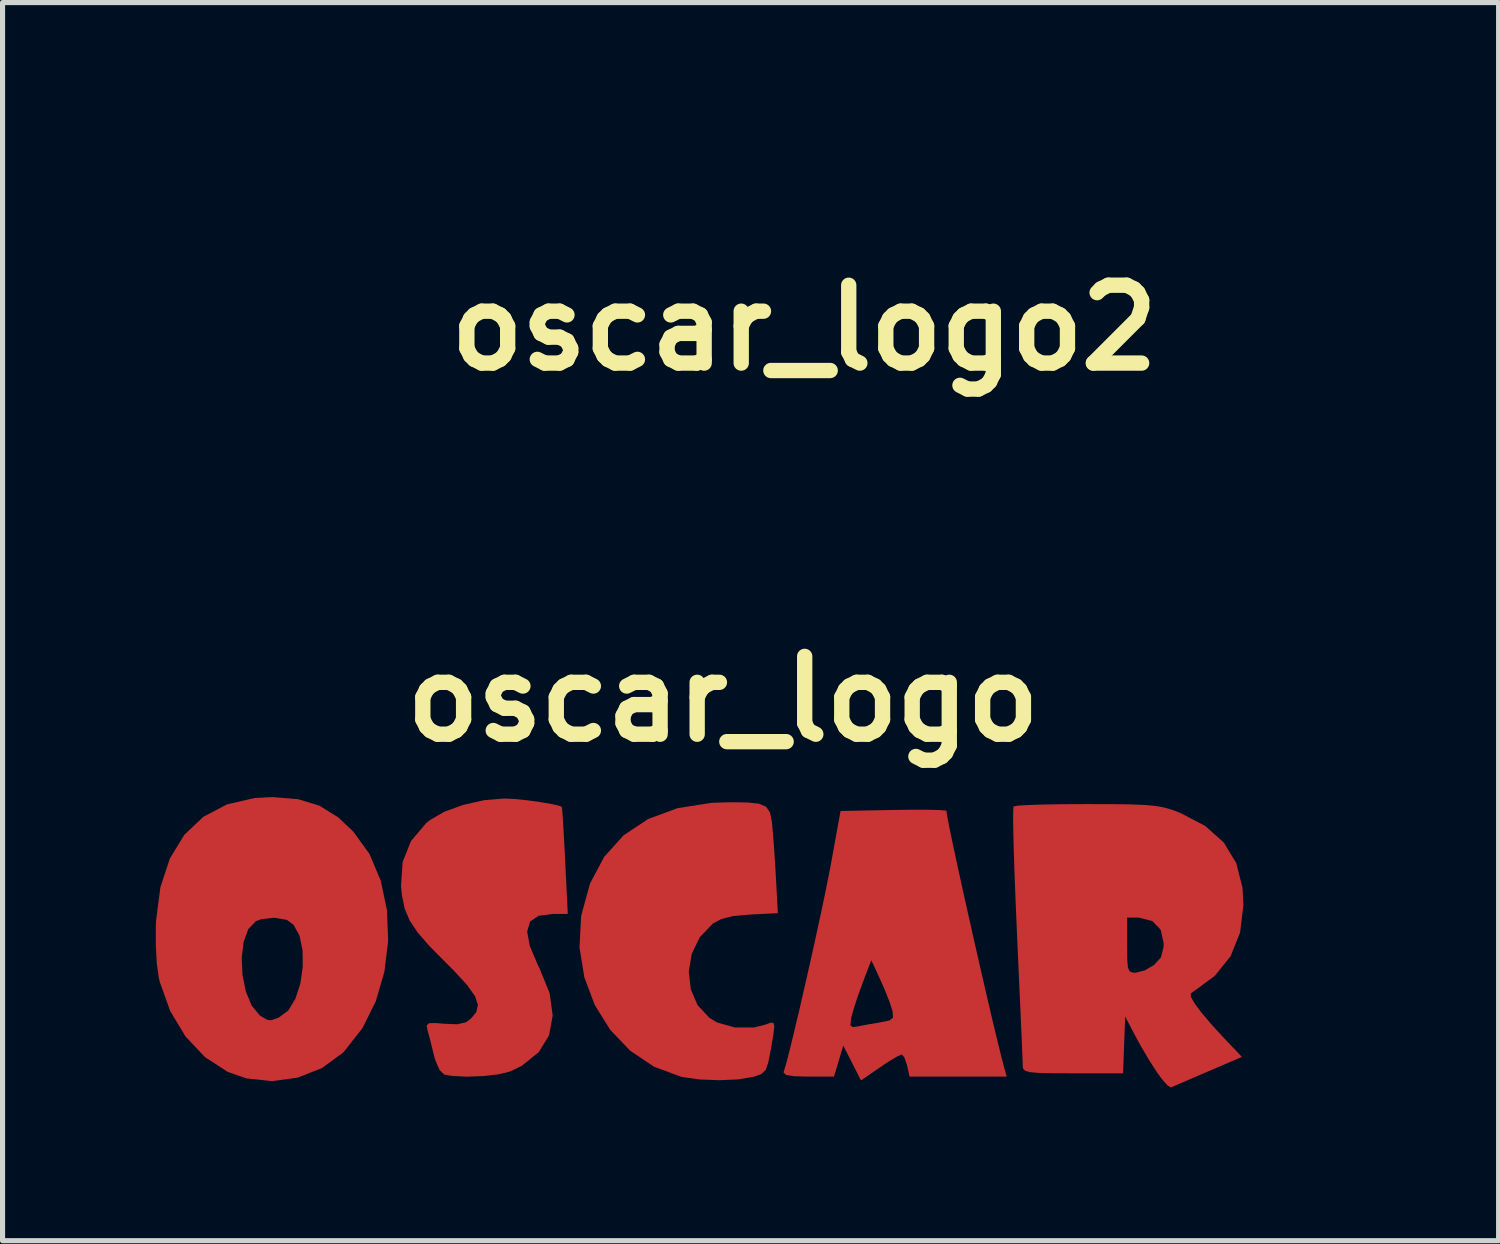
<source format=kicad_pcb>
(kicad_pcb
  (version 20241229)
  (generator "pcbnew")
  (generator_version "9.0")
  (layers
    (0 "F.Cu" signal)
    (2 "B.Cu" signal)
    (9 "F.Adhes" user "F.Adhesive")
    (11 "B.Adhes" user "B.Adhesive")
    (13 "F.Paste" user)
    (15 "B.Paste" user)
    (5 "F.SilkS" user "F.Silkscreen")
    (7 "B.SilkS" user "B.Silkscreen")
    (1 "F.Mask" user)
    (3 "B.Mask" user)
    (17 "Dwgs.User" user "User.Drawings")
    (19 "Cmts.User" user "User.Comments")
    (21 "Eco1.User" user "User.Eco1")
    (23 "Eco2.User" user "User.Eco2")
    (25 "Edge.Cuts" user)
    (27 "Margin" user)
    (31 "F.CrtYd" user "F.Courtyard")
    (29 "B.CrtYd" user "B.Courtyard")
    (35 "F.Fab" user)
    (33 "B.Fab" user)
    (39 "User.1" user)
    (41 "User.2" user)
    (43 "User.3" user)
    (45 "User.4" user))
  (footprint "oscar_logo2"
    (layer "F.Cu")
    (at 12.693 3.368)
    (property "Reference" "oscar_logo2" (at 0 0 0) (layer "F.SilkS") (effects (font (size 1.524 1.524) (thickness 0.3))))
    (attr through_hole)
    (fp_poly (pts (xy -0.032 -3.248) (xy 0.22 -3.222) (xy 0.372 -3.157) (xy 0.453 -3.033) (xy 0.492 -2.833) (xy 0.508 -2.671) (xy 0.533 -2.34) (xy 0.561 -1.936) (xy 0.584 -1.546) (xy 0.584 -1.536) (xy 0.619 -0.89) (xy 0.036 -0.86) (xy -0.334 -0.827) (xy -0.59 -0.763) (xy -0.77 -0.665) (xy -1.052 -0.371) (xy -1.223 -0.015) (xy -1.287 0.37) (xy -1.244 0.75) (xy -1.095 1.093) (xy -0.843 1.364) (xy -0.681 1.46) (xy -0.297 1.57) (xy 0.113 1.57) (xy 0.352 1.51) (xy 0.464 1.469) (xy 0.526 1.469) (xy 0.544 1.539) (xy 0.525 1.708) (xy 0.474 2.002) (xy 0.468 2.036) (xy 0.416 2.309) (xy 0.36 2.467) (xy 0.275 2.552) (xy 0.132 2.606) (xy 0.091 2.617) (xy -0.227 2.67) (xy -0.631 2.688) (xy -1.051 2.671) (xy -1.419 2.619) (xy -1.45 2.612) (xy -2.025 2.399) (xy -2.532 2.058) (xy -2.958 1.612) (xy -3.29 1.081) (xy -3.514 0.488) (xy -3.616 -0.145) (xy -3.584 -0.798) (xy -3.576 -0.842) (xy -3.39 -1.519) (xy -3.088 -2.088) (xy -2.674 -2.548) (xy -2.15 -2.895) (xy -1.521 -3.127) (xy -0.789 -3.241) (xy -0.413 -3.253) (xy -0.032 -3.248)) (stroke (width 0.01) (type solid)) (fill yes) (layer "F.Mask"))
    (fp_poly (pts (xy -9.648 -3.319) (xy -9.193 -3.181) (xy -8.791 -2.93) (xy -8.47 -2.629) (xy -8.121 -2.145) (xy -7.881 -1.575) (xy -7.749 -0.947) (xy -7.724 -0.29) (xy -7.804 0.368) (xy -7.987 0.999) (xy -8.273 1.575) (xy -8.661 2.068) (xy -8.697 2.104) (xy -9.139 2.429) (xy -9.654 2.631) (xy -10.205 2.706) (xy -10.754 2.648) (xy -11.152 2.509) (xy -11.637 2.194) (xy -12.052 1.754) (xy -12.379 1.212) (xy -12.601 0.592) (xy -12.629 0.472) (xy -12.667 0.189) (xy -12.674 0.072) (xy -10.859 0.072) (xy -10.843 0.441) (xy -10.77 0.796) (xy -10.645 1.098) (xy -10.47 1.309) (xy -10.426 1.339) (xy -10.307 1.406) (xy -10.229 1.417) (xy -10.106 1.374) (xy -10.056 1.355) (xy -9.852 1.204) (xy -9.697 0.947) (xy -9.592 0.621) (xy -9.54 0.263) (xy -9.546 -0.09) (xy -9.611 -0.403) (xy -9.738 -0.638) (xy -9.886 -0.744) (xy -10.155 -0.791) (xy -10.439 -0.76) (xy -10.554 -0.716) (xy -10.717 -0.545) (xy -10.819 -0.269) (xy -10.859 0.072) (xy -12.674 0.072) (xy -12.688 -0.189) (xy -12.688 -0.596) (xy -12.683 -0.711) (xy -12.59 -1.435) (xy -12.387 -2.052) (xy -12.08 -2.556) (xy -11.672 -2.942) (xy -11.17 -3.207) (xy -10.576 -3.344) (xy -10.2 -3.363) (xy -9.648 -3.319)) (stroke (width 0.01) (type solid)) (fill yes) (layer "F.Mask"))
    (fp_poly (pts (xy -5.015 -3.323) (xy -4.74 -3.294) (xy -4.455 -3.255) (xy -4.207 -3.213) (xy -4.043 -3.173) (xy -4.005 -3.155) (xy -3.996 -3.073) (xy -3.981 -2.861) (xy -3.962 -2.549) (xy -3.942 -2.164) (xy -3.934 -2.004) (xy -3.878 -0.873) (xy -4.196 -0.873) (xy -4.502 -0.832) (xy -4.686 -0.706) (xy -4.748 -0.489) (xy -4.691 -0.177) (xy -4.515 0.237) (xy -4.478 0.309) (xy -4.267 0.832) (xy -4.201 1.308) (xy -4.279 1.73) (xy -4.498 2.088) (xy -4.856 2.376) (xy -5.098 2.497) (xy -5.342 2.559) (xy -5.678 2.599) (xy -6.04 2.612) (xy -6.363 2.594) (xy -6.516 2.567) (xy -6.613 2.471) (xy -6.704 2.261) (xy -6.732 2.16) (xy -6.797 1.899) (xy -6.854 1.68) (xy -6.87 1.618) (xy -6.887 1.521) (xy -6.84 1.478) (xy -6.696 1.474) (xy -6.513 1.49) (xy -6.235 1.5) (xy -6.055 1.458) (xy -5.951 1.387) (xy -5.827 1.239) (xy -5.791 1.08) (xy -5.853 0.892) (xy -6.02 0.655) (xy -6.301 0.35) (xy -6.465 0.186) (xy -6.826 -0.178) (xy -7.083 -0.474) (xy -7.255 -0.732) (xy -7.36 -0.984) (xy -7.418 -1.262) (xy -7.438 -1.465) (xy -7.404 -1.976) (xy -7.224 -2.426) (xy -6.902 -2.807) (xy -6.826 -2.869) (xy -6.517 -3.049) (xy -6.108 -3.197) (xy -5.657 -3.298) (xy -5.233 -3.334) (xy -5.015 -3.323)) (stroke (width 0.01) (type solid)) (fill yes) (layer "F.Mask"))
    (fp_poly (pts (xy 3.82 -3.162) (xy 4.068 -3.156) (xy 4.196 -3.145) (xy 4.207 -3.139) (xy 4.224 -3.02) (xy 4.273 -2.769) (xy 4.348 -2.408) (xy 4.444 -1.959) (xy 4.557 -1.445) (xy 4.681 -0.886) (xy 4.812 -0.307) (xy 4.944 0.272) (xy 5.072 0.827) (xy 5.192 1.337) (xy 5.298 1.78) (xy 5.385 2.133) (xy 5.445 2.361) (xy 5.495 2.54) (xy 3.426 2.54) (xy 3.373 2.302) (xy 3.318 2.135) (xy 3.258 2.064) (xy 3.257 2.064) (xy 3.162 2.106) (xy 2.981 2.215) (xy 2.789 2.342) (xy 2.384 2.62) (xy 2.002 1.867) (xy 1.901 2.204) (xy 1.8 2.54) (xy 1.249 2.54) (xy 0.945 2.532) (xy 0.78 2.505) (xy 0.731 2.456) (xy 0.735 2.441) (xy 0.783 2.28) (xy 0.858 1.991) (xy 0.954 1.598) (xy 0.99 1.448) (xy 2.149 1.448) (xy 2.207 1.492) (xy 2.311 1.477) (xy 2.518 1.438) (xy 2.775 1.394) (xy 2.805 1.389) (xy 3 1.347) (xy 3.075 1.283) (xy 3.066 1.158) (xy 3.058 1.126) (xy 2.996 0.937) (xy 2.891 0.673) (xy 2.804 0.476) (xy 2.603 0.04) (xy 2.407 0.553) (xy 2.3 0.851) (xy 2.212 1.122) (xy 2.167 1.292) (xy 2.149 1.448) (xy 0.99 1.448) (xy 1.065 1.128) (xy 1.186 0.608) (xy 1.309 0.063) (xy 1.429 -0.481) (xy 1.541 -0.996) (xy 1.637 -1.458) (xy 1.713 -1.84) (xy 1.737 -1.967) (xy 1.95 -3.135) (xy 3.078 -3.157) (xy 3.481 -3.163) (xy 3.82 -3.162)) (stroke (width 0.01) (type solid)) (fill yes) (layer "F.Mask"))
    (fp_poly (pts (xy 7.25 -3.214) (xy 7.787 -3.212) (xy 8.193 -3.206) (xy 8.497 -3.194) (xy 8.727 -3.171) (xy 8.91 -3.137) (xy 9.075 -3.087) (xy 9.234 -3.027) (xy 9.771 -2.747) (xy 10.169 -2.392) (xy 10.433 -1.955) (xy 10.567 -1.43) (xy 10.587 -1.064) (xy 10.516 -0.471) (xy 10.314 0.034) (xy 9.977 0.454) (xy 9.559 0.761) (xy 9.465 0.828) (xy 9.459 0.904) (xy 9.541 1.047) (xy 9.561 1.079) (xy 9.692 1.252) (xy 9.892 1.488) (xy 10.119 1.738) (xy 10.132 1.751) (xy 10.551 2.191) (xy 9.823 2.505) (xy 9.509 2.639) (xy 9.251 2.75) (xy 9.083 2.823) (xy 9.039 2.842) (xy 8.967 2.796) (xy 8.842 2.653) (xy 8.749 2.525) (xy 8.575 2.253) (xy 8.386 1.93) (xy 8.286 1.746) (xy 8.057 1.31) (xy 8.033 1.925) (xy 8.01 2.54) (xy 6.942 2.54) (xy 6.511 2.538) (xy 6.214 2.531) (xy 6.026 2.515) (xy 5.923 2.487) (xy 5.881 2.444) (xy 5.874 2.396) (xy 5.87 2.285) (xy 5.86 2.034) (xy 5.844 1.664) (xy 5.824 1.195) (xy 5.8 0.645) (xy 5.772 0.034) (xy 5.751 -0.431) (xy 5.735 -0.794) (xy 8.096 -0.794) (xy 8.096 -0.198) (xy 8.099 0.105) (xy 8.114 0.282) (xy 8.153 0.368) (xy 8.225 0.395) (xy 8.284 0.397) (xy 8.478 0.348) (xy 8.681 0.232) (xy 8.833 0.065) (xy 8.888 -0.156) (xy 8.89 -0.239) (xy 8.827 -0.53) (xy 8.646 -0.718) (xy 8.358 -0.793) (xy 8.317 -0.794) (xy 8.096 -0.794) (xy 5.735 -0.794) (xy 5.723 -1.068) (xy 5.701 -1.654) (xy 5.684 -2.17) (xy 5.673 -2.598) (xy 5.668 -2.918) (xy 5.671 -3.113) (xy 5.678 -3.165) (xy 5.77 -3.18) (xy 5.994 -3.194) (xy 6.327 -3.204) (xy 6.743 -3.211) (xy 7.216 -3.214) (xy 7.25 -3.214)) (stroke (width 0.01) (type solid)) (fill yes) (layer "F.Mask")))
  (footprint "oscar_logo"
    (layer "F.Cu")
    (at 0.805 15.733)
    (property "Reference" "oscar_logo" (at 10.3 -5.1 0) (layer "F.SilkS") (effects (font (size 1.524 1.524) (thickness 0.3))))
    (attr through_hole)
    (pad "1" connect custom (at 1.2 -2) (size 1.524 1.524) (layers "F.Cu" "F.Mask") (options (anchor circle)) (primitives (gr_poly (pts (xy 0.779 -1.134) (xy 1.195 -1.008) (xy 1.563 -0.779) (xy 1.856 -0.503) (xy 2.175 -0.061) (xy 2.394 0.46) (xy 2.515 1.034) (xy 2.538 1.635) (xy 2.465 2.236) (xy 2.297 2.814) (xy 2.036 3.34) (xy 1.682 3.791) (xy 1.649 3.824) (xy 1.244 4.12) (xy 0.773 4.306) (xy 0.27 4.375) (xy -0.233 4.321) (xy -0.596 4.194) (xy -1.039 3.906) (xy -1.419 3.504) (xy -1.718 3.008) (xy -1.921 2.441) (xy -1.946 2.332) (xy -1.981 2.072) (xy -1.987 1.966) (xy -0.329 1.966) (xy -0.313 2.303) (xy -0.247 2.628) (xy -0.133 2.904) (xy 0.027 3.097) (xy 0.068 3.124) (xy 0.176 3.185) (xy 0.248 3.195) (xy 0.36 3.157) (xy 0.406 3.139) (xy 0.592 3.001) (xy 0.734 2.766) (xy 0.83 2.468) (xy 0.877 2.141) (xy 0.872 1.817) (xy 0.813 1.532) (xy 0.696 1.317) (xy 0.562 1.219) (xy 0.315 1.176) (xy 0.056 1.205) (xy -0.049 1.245) (xy -0.199 1.401) (xy -0.291 1.654) (xy -0.329 1.966) (xy -1.987 1.966) (xy -2 1.727) (xy -2 1.355) (xy -1.996 1.25) (xy -1.911 0.588) (xy -1.725 0.024) (xy -1.444 -0.437) (xy -1.072 -0.79) (xy -0.612 -1.032) (xy -0.07 -1.157) (xy 0.275 -1.175) (xy 0.779 -1.134)) (width 0.01) (fill yes))))
    (pad "2" connect custom (at 5.6 -1.9) (size 1.524 1.524) (layers "F.Cu" "F.Mask") (options (anchor circle)) (primitives (gr_poly (pts (xy 0.615 -1.238) (xy 0.866 -1.212) (xy 1.127 -1.176) (xy 1.354 -1.137) (xy 1.504 -1.101) (xy 1.538 -1.084) (xy 1.547 -1.009) (xy 1.56 -0.816) (xy 1.577 -0.53) (xy 1.596 -0.178) (xy 1.603 -0.032) (xy 1.654 1.002) (xy 1.364 1.002) (xy 1.084 1.039) (xy 0.916 1.154) (xy 0.859 1.353) (xy 0.911 1.638) (xy 1.072 2.016) (xy 1.106 2.083) (xy 1.299 2.561) (xy 1.359 2.996) (xy 1.288 3.381) (xy 1.088 3.709) (xy 0.76 3.973) (xy 0.539 4.083) (xy 0.316 4.14) (xy 0.009 4.176) (xy -0.323 4.188) (xy -0.618 4.172) (xy -0.757 4.147) (xy -0.846 4.059) (xy -0.929 3.868) (xy -0.955 3.775) (xy -1.014 3.536) (xy -1.066 3.336) (xy -1.082 3.28) (xy -1.097 3.191) (xy -1.054 3.151) (xy -0.922 3.148) (xy -0.755 3.162) (xy -0.5 3.172) (xy -0.336 3.133) (xy -0.241 3.068) (xy -0.127 2.932) (xy -0.095 2.787) (xy -0.151 2.616) (xy -0.304 2.399) (xy -0.561 2.12) (xy -0.711 1.97) (xy -1.041 1.637) (xy -1.276 1.367) (xy -1.433 1.131) (xy -1.529 0.9) (xy -1.582 0.646) (xy -1.6 0.461) (xy -1.569 -0.007) (xy -1.405 -0.418) (xy -1.11 -0.766) (xy -1.041 -0.823) (xy -0.759 -0.987) (xy -0.385 -1.123) (xy 0.027 -1.215) (xy 0.416 -1.248) (xy 0.615 -1.238)) (width 0.01) (fill yes))))
    (pad "3" connect custom (at 9.8 -2.1) (size 1.524 1.524) (layers "F.Cu" "F.Mask") (options (anchor circle)) (primitives (gr_poly (pts (xy 0.971 -0.97) (xy 1.201 -0.946) (xy 1.34 -0.886) (xy 1.414 -0.773) (xy 1.45 -0.59) (xy 1.464 -0.442) (xy 1.488 -0.139) (xy 1.513 0.23) (xy 1.534 0.587) (xy 1.534 0.595) (xy 1.566 1.187) (xy 1.033 1.214) (xy 0.695 1.244) (xy 0.461 1.302) (xy 0.296 1.392) (xy 0.039 1.66) (xy -0.119 1.986) (xy -0.177 2.338) (xy -0.137 2.686) (xy -0.002 2.999) (xy 0.23 3.247) (xy 0.377 3.335) (xy 0.729 3.435) (xy 1.103 3.435) (xy 1.322 3.381) (xy 1.424 3.343) (xy 1.481 3.343) (xy 1.497 3.407) (xy 1.48 3.561) (xy 1.434 3.831) (xy 1.428 3.861) (xy 1.38 4.111) (xy 1.33 4.256) (xy 1.251 4.333) (xy 1.121 4.383) (xy 1.084 4.393) (xy 0.792 4.441) (xy 0.423 4.457) (xy 0.039 4.442) (xy -0.297 4.395) (xy -0.326 4.388) (xy -0.851 4.193) (xy -1.315 3.882) (xy -1.705 3.474) (xy -2.008 2.988) (xy -2.212 2.446) (xy -2.306 1.867) (xy -2.276 1.27) (xy -2.27 1.23) (xy -2.1 0.612) (xy -1.823 0.091) (xy -1.444 -0.329) (xy -0.966 -0.646) (xy -0.39 -0.859) (xy 0.279 -0.963) (xy 0.623 -0.974) (xy 0.971 -0.97)) (width 0.01) (fill yes))))
    (pad "4" connect custom (at 13.6 -1.7) (size 1.524 1.524) (layers "F.Cu" "F.Mask") (options (anchor circle)) (primitives (gr_poly (pts (xy 0.713 -1.227) (xy 0.94 -1.221) (xy 1.056 -1.211) (xy 1.067 -1.206) (xy 1.083 -1.098) (xy 1.127 -0.868) (xy 1.196 -0.538) (xy 1.284 -0.128) (xy 1.387 0.343) (xy 1.501 0.853) (xy 1.62 1.383) (xy 1.741 1.912) (xy 1.858 2.42) (xy 1.967 2.886) (xy 2.064 3.291) (xy 2.144 3.613) (xy 2.199 3.823) (xy 2.245 3.986) (xy 0.353 3.986) (xy 0.305 3.768) (xy 0.254 3.616) (xy 0.199 3.551) (xy 0.198 3.551) (xy 0.112 3.589) (xy -0.054 3.688) (xy -0.23 3.805) (xy -0.599 4.059) (xy -0.774 3.715) (xy -0.949 3.371) (xy -1.041 3.678) (xy -1.133 3.986) (xy -1.638 3.986) (xy -1.915 3.979) (xy -2.067 3.954) (xy -2.111 3.909) (xy -2.108 3.895) (xy -2.064 3.749) (xy -1.995 3.484) (xy -1.907 3.125) (xy -1.875 2.988) (xy -0.815 2.988) (xy -0.762 3.028) (xy -0.667 3.014) (xy -0.477 2.978) (xy -0.243 2.938) (xy -0.215 2.933) (xy -0.036 2.895) (xy 0.032 2.837) (xy 0.023 2.722) (xy 0.017 2.693) (xy -0.04 2.52) (xy -0.136 2.279) (xy -0.215 2.099) (xy -0.4 1.7) (xy -0.579 2.17) (xy -0.677 2.442) (xy -0.757 2.689) (xy -0.799 2.845) (xy -0.815 2.988) (xy -1.875 2.988) (xy -1.805 2.695) (xy -1.696 2.219) (xy -1.583 1.721) (xy -1.473 1.224) (xy -1.371 0.753) (xy -1.283 0.331) (xy -1.213 -0.019) (xy -1.191 -0.134) (xy -0.997 -1.203) (xy 0.035 -1.223) (xy 0.403 -1.228) (xy 0.713 -1.227)) (width 0.01) (fill yes))))
    (pad "5" connect custom (at 17.5 -2) (size 1.524 1.524) (layers "F.Cu" "F.Mask") (options (anchor circle)) (primitives (gr_poly (pts (xy -0.072 -1.038) (xy 0.419 -1.037) (xy 0.791 -1.032) (xy 1.069 -1.02) (xy 1.279 -1) (xy 1.446 -0.968) (xy 1.597 -0.923) (xy 1.742 -0.868) (xy 2.233 -0.612) (xy 2.597 -0.287) (xy 2.839 0.113) (xy 2.961 0.593) (xy 2.98 0.927) (xy 2.915 1.469) (xy 2.73 1.931) (xy 2.422 2.315) (xy 2.04 2.596) (xy 1.954 2.657) (xy 1.948 2.727) (xy 2.023 2.857) (xy 2.042 2.886) (xy 2.161 3.044) (xy 2.344 3.26) (xy 2.552 3.489) (xy 2.563 3.501) (xy 2.947 3.904) (xy 2.281 4.19) (xy 1.994 4.313) (xy 1.758 4.415) (xy 1.605 4.481) (xy 1.564 4.498) (xy 1.498 4.457) (xy 1.384 4.325) (xy 1.299 4.208) (xy 1.14 3.96) (xy 0.967 3.665) (xy 0.875 3.497) (xy 0.666 3.097) (xy 0.645 3.66) (xy 0.624 4.222) (xy -0.353 4.222) (xy -0.747 4.221) (xy -1.019 4.214) (xy -1.19 4.2) (xy -1.284 4.174) (xy -1.323 4.134) (xy -1.33 4.091) (xy -1.333 3.989) (xy -1.342 3.76) (xy -1.356 3.422) (xy -1.375 2.992) (xy -1.398 2.489) (xy -1.423 1.931) (xy -1.442 1.506) (xy -1.456 1.174) (xy 0.702 1.174) (xy 0.702 1.719) (xy 0.705 1.996) (xy 0.719 2.158) (xy 0.754 2.236) (xy 0.82 2.261) (xy 0.874 2.263) (xy 1.052 2.219) (xy 1.237 2.112) (xy 1.376 1.959) (xy 1.426 1.758) (xy 1.428 1.681) (xy 1.371 1.415) (xy 1.205 1.243) (xy 0.941 1.175) (xy 0.904 1.174) (xy 0.702 1.174) (xy -1.456 1.174) (xy -1.467 0.923) (xy -1.488 0.388) (xy -1.504 -0.084) (xy -1.514 -0.475) (xy -1.518 -0.768) (xy -1.515 -0.946) (xy -1.509 -0.993) (xy -1.425 -1.008) (xy -1.219 -1.02) (xy -0.915 -1.03) (xy -0.535 -1.036) (xy -0.103 -1.038) (xy -0.072 -1.038)) (width 0.01) (fill yes)))))
  (gr_rect
    (start -3 -3)
    (end 26.285 21.237)
    (stroke (width 0.1) (type default))
    (fill no)
    (layer "Edge.Cuts")))
</source>
